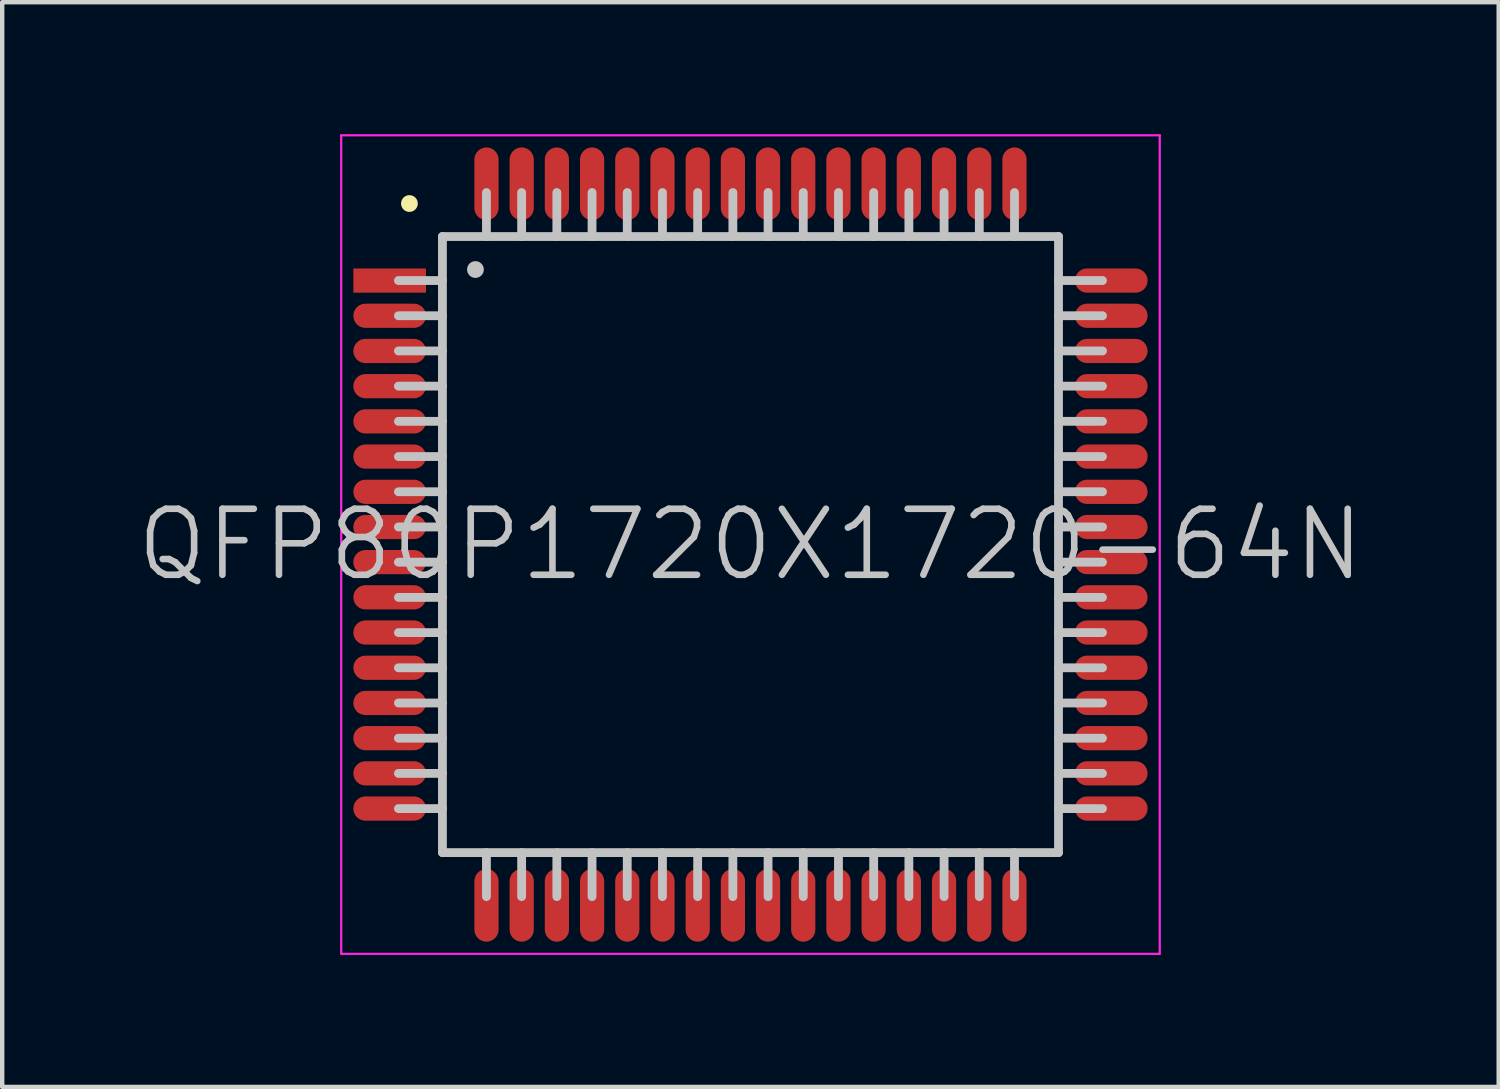
<source format=kicad_pcb>
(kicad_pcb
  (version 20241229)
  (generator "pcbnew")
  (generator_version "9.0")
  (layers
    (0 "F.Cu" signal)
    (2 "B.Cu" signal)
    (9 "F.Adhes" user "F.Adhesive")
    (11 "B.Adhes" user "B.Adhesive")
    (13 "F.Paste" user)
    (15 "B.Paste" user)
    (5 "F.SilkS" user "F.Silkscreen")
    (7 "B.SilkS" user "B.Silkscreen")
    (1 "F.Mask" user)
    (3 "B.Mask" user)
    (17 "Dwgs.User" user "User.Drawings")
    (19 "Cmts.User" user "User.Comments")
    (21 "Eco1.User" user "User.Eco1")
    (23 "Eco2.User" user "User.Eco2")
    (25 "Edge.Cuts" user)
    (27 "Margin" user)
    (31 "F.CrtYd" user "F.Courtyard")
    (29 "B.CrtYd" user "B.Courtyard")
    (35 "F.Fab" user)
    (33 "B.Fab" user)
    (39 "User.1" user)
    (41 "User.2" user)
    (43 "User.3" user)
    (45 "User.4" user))
  (footprint "QFP80P1720X1720-64N"
    (layer "F.Cu")
    (at 14.004 9.325)
    (property "Reference" "QFP80P1720X1720-64N" (at 0 0 0) (layer "Dwgs.User") (effects (font (size 1.5 1.5) (thickness 0.15))))
    (attr smd)
    (fp_line (start -7.75 -7.75) (end -7.75 -7.75) (stroke (width 0.381) (type solid)) (layer "F.SilkS"))
    (fp_line (start -7 -7) (end -7 7) (stroke (width 0.2) (type solid)) (layer "Dwgs.User"))
    (fp_line (start -7 -7) (end 7 -7) (stroke (width 0.2) (type solid)) (layer "Dwgs.User"))
    (fp_line (start -7 -6) (end -8 -6) (stroke (width 0.2) (type solid)) (layer "Dwgs.User"))
    (fp_line (start -7 -5.2) (end -8 -5.2) (stroke (width 0.2) (type solid)) (layer "Dwgs.User"))
    (fp_line (start -7 -4.4) (end -8 -4.4) (stroke (width 0.2) (type solid)) (layer "Dwgs.User"))
    (fp_line (start -7 -3.6) (end -8 -3.6) (stroke (width 0.2) (type solid)) (layer "Dwgs.User"))
    (fp_line (start -7 -2.8) (end -8 -2.8) (stroke (width 0.2) (type solid)) (layer "Dwgs.User"))
    (fp_line (start -7 -2) (end -8 -2) (stroke (width 0.2) (type solid)) (layer "Dwgs.User"))
    (fp_line (start -7 -1.2) (end -8 -1.2) (stroke (width 0.2) (type solid)) (layer "Dwgs.User"))
    (fp_line (start -7 -0.4) (end -8 -0.4) (stroke (width 0.2) (type solid)) (layer "Dwgs.User"))
    (fp_line (start -7 0.4) (end -8 0.4) (stroke (width 0.2) (type solid)) (layer "Dwgs.User"))
    (fp_line (start -7 1.2) (end -8 1.2) (stroke (width 0.2) (type solid)) (layer "Dwgs.User"))
    (fp_line (start -7 2) (end -8 2) (stroke (width 0.2) (type solid)) (layer "Dwgs.User"))
    (fp_line (start -7 2.8) (end -8 2.8) (stroke (width 0.2) (type solid)) (layer "Dwgs.User"))
    (fp_line (start -7 3.6) (end -8 3.6) (stroke (width 0.2) (type solid)) (layer "Dwgs.User"))
    (fp_line (start -7 4.4) (end -8 4.4) (stroke (width 0.2) (type solid)) (layer "Dwgs.User"))
    (fp_line (start -7 5.2) (end -8 5.2) (stroke (width 0.2) (type solid)) (layer "Dwgs.User"))
    (fp_line (start -7 6) (end -8 6) (stroke (width 0.2) (type solid)) (layer "Dwgs.User"))
    (fp_line (start -7 7) (end 7 7) (stroke (width 0.2) (type solid)) (layer "Dwgs.User"))
    (fp_line (start -6.25 -6.25) (end -6.25 -6.25) (stroke (width 0.381) (type solid)) (layer "Dwgs.User"))
    (fp_line (start -6 -7) (end -6 -8) (stroke (width 0.2) (type solid)) (layer "Dwgs.User"))
    (fp_line (start -6 8) (end -6 7) (stroke (width 0.2) (type solid)) (layer "Dwgs.User"))
    (fp_line (start -5.2 -7) (end -5.2 -8) (stroke (width 0.2) (type solid)) (layer "Dwgs.User"))
    (fp_line (start -5.2 8) (end -5.2 7) (stroke (width 0.2) (type solid)) (layer "Dwgs.User"))
    (fp_line (start -4.4 -7) (end -4.4 -8) (stroke (width 0.2) (type solid)) (layer "Dwgs.User"))
    (fp_line (start -4.4 8) (end -4.4 7) (stroke (width 0.2) (type solid)) (layer "Dwgs.User"))
    (fp_line (start -3.6 -7) (end -3.6 -8) (stroke (width 0.2) (type solid)) (layer "Dwgs.User"))
    (fp_line (start -3.6 8) (end -3.6 7) (stroke (width 0.2) (type solid)) (layer "Dwgs.User"))
    (fp_line (start -2.8 -7) (end -2.8 -8) (stroke (width 0.2) (type solid)) (layer "Dwgs.User"))
    (fp_line (start -2.8 8) (end -2.8 7) (stroke (width 0.2) (type solid)) (layer "Dwgs.User"))
    (fp_line (start -2 -7) (end -2 -8) (stroke (width 0.2) (type solid)) (layer "Dwgs.User"))
    (fp_line (start -2 8) (end -2 7) (stroke (width 0.2) (type solid)) (layer "Dwgs.User"))
    (fp_line (start -1.2 -7) (end -1.2 -8) (stroke (width 0.2) (type solid)) (layer "Dwgs.User"))
    (fp_line (start -1.2 8) (end -1.2 7) (stroke (width 0.2) (type solid)) (layer "Dwgs.User"))
    (fp_line (start -0.4 -7) (end -0.4 -8) (stroke (width 0.2) (type solid)) (layer "Dwgs.User"))
    (fp_line (start -0.4 8) (end -0.4 7) (stroke (width 0.2) (type solid)) (layer "Dwgs.User"))
    (fp_line (start 0.4 -7) (end 0.4 -8) (stroke (width 0.2) (type solid)) (layer "Dwgs.User"))
    (fp_line (start 0.4 8) (end 0.4 7) (stroke (width 0.2) (type solid)) (layer "Dwgs.User"))
    (fp_line (start 1.2 -7) (end 1.2 -8) (stroke (width 0.2) (type solid)) (layer "Dwgs.User"))
    (fp_line (start 1.2 8) (end 1.2 7) (stroke (width 0.2) (type solid)) (layer "Dwgs.User"))
    (fp_line (start 2 -7) (end 2 -8) (stroke (width 0.2) (type solid)) (layer "Dwgs.User"))
    (fp_line (start 2 8) (end 2 7) (stroke (width 0.2) (type solid)) (layer "Dwgs.User"))
    (fp_line (start 2.8 -7) (end 2.8 -8) (stroke (width 0.2) (type solid)) (layer "Dwgs.User"))
    (fp_line (start 2.8 8) (end 2.8 7) (stroke (width 0.2) (type solid)) (layer "Dwgs.User"))
    (fp_line (start 3.6 -7) (end 3.6 -8) (stroke (width 0.2) (type solid)) (layer "Dwgs.User"))
    (fp_line (start 3.6 8) (end 3.6 7) (stroke (width 0.2) (type solid)) (layer "Dwgs.User"))
    (fp_line (start 4.4 -7) (end 4.4 -8) (stroke (width 0.2) (type solid)) (layer "Dwgs.User"))
    (fp_line (start 4.4 8) (end 4.4 7) (stroke (width 0.2) (type solid)) (layer "Dwgs.User"))
    (fp_line (start 5.2 -7) (end 5.2 -8) (stroke (width 0.2) (type solid)) (layer "Dwgs.User"))
    (fp_line (start 5.2 8) (end 5.2 7) (stroke (width 0.2) (type solid)) (layer "Dwgs.User"))
    (fp_line (start 6 -7) (end 6 -8) (stroke (width 0.2) (type solid)) (layer "Dwgs.User"))
    (fp_line (start 6 8) (end 6 7) (stroke (width 0.2) (type solid)) (layer "Dwgs.User"))
    (fp_line (start 7 -7) (end 7 7) (stroke (width 0.2) (type solid)) (layer "Dwgs.User"))
    (fp_line (start 8 -6) (end 7 -6) (stroke (width 0.2) (type solid)) (layer "Dwgs.User"))
    (fp_line (start 8 -5.2) (end 7 -5.2) (stroke (width 0.2) (type solid)) (layer "Dwgs.User"))
    (fp_line (start 8 -4.4) (end 7 -4.4) (stroke (width 0.2) (type solid)) (layer "Dwgs.User"))
    (fp_line (start 8 -3.6) (end 7 -3.6) (stroke (width 0.2) (type solid)) (layer "Dwgs.User"))
    (fp_line (start 8 -2.8) (end 7 -2.8) (stroke (width 0.2) (type solid)) (layer "Dwgs.User"))
    (fp_line (start 8 -2) (end 7 -2) (stroke (width 0.2) (type solid)) (layer "Dwgs.User"))
    (fp_line (start 8 -1.2) (end 7 -1.2) (stroke (width 0.2) (type solid)) (layer "Dwgs.User"))
    (fp_line (start 8 -0.4) (end 7 -0.4) (stroke (width 0.2) (type solid)) (layer "Dwgs.User"))
    (fp_line (start 8 0.4) (end 7 0.4) (stroke (width 0.2) (type solid)) (layer "Dwgs.User"))
    (fp_line (start 8 1.2) (end 7 1.2) (stroke (width 0.2) (type solid)) (layer "Dwgs.User"))
    (fp_line (start 8 2) (end 7 2) (stroke (width 0.2) (type solid)) (layer "Dwgs.User"))
    (fp_line (start 8 2.8) (end 7 2.8) (stroke (width 0.2) (type solid)) (layer "Dwgs.User"))
    (fp_line (start 8 3.6) (end 7 3.6) (stroke (width 0.2) (type solid)) (layer "Dwgs.User"))
    (fp_line (start 8 4.4) (end 7 4.4) (stroke (width 0.2) (type solid)) (layer "Dwgs.User"))
    (fp_line (start 8 5.2) (end 7 5.2) (stroke (width 0.2) (type solid)) (layer "Dwgs.User"))
    (fp_line (start 8 6) (end 7 6) (stroke (width 0.2) (type solid)) (layer "Dwgs.User"))
    (fp_line (start -9.3 -9.3) (end -9.3 9.3) (stroke (width 0.05) (type solid)) (layer "F.CrtYd"))
    (fp_line (start -9.3 -9.3) (end 9.3 -9.3) (stroke (width 0.05) (type solid)) (layer "F.CrtYd"))
    (fp_line (start -9.3 9.3) (end 9.3 9.3) (stroke (width 0.05) (type solid)) (layer "F.CrtYd"))
    (fp_line (start 9.3 -9.3) (end 9.3 9.3) (stroke (width 0.05) (type solid)) (layer "F.CrtYd"))
    (pad "1" smd rect (at -8.199 -5.999 90) (size 0.55 1.65) (layers "F.Cu" "F.Mask" "F.Paste"))
    (pad "2" smd oval (at -8.199 -5.199 90) (size 0.55 1.65) (layers "F.Cu" "F.Mask" "F.Paste"))
    (pad "3" smd oval (at -8.199 -4.399 90) (size 0.55 1.65) (layers "F.Cu" "F.Mask" "F.Paste"))
    (pad "4" smd oval (at -8.199 -3.599 90) (size 0.55 1.65) (layers "F.Cu" "F.Mask" "F.Paste"))
    (pad "5" smd oval (at -8.199 -2.799 90) (size 0.55 1.65) (layers "F.Cu" "F.Mask" "F.Paste"))
    (pad "6" smd oval (at -8.199 -1.999 90) (size 0.55 1.65) (layers "F.Cu" "F.Mask" "F.Paste"))
    (pad "7" smd oval (at -8.199 -1.199 90) (size 0.55 1.65) (layers "F.Cu" "F.Mask" "F.Paste"))
    (pad "8" smd oval (at -8.199 -0.399 90) (size 0.55 1.65) (layers "F.Cu" "F.Mask" "F.Paste"))
    (pad "9" smd oval (at -8.199 0.399 90) (size 0.55 1.65) (layers "F.Cu" "F.Mask" "F.Paste"))
    (pad "10" smd oval (at -8.199 1.199 90) (size 0.55 1.65) (layers "F.Cu" "F.Mask" "F.Paste"))
    (pad "11" smd oval (at -8.199 1.999 90) (size 0.55 1.65) (layers "F.Cu" "F.Mask" "F.Paste"))
    (pad "12" smd oval (at -8.199 2.799 90) (size 0.55 1.65) (layers "F.Cu" "F.Mask" "F.Paste"))
    (pad "13" smd oval (at -8.199 3.599 90) (size 0.55 1.65) (layers "F.Cu" "F.Mask" "F.Paste"))
    (pad "14" smd oval (at -8.199 4.399 90) (size 0.55 1.65) (layers "F.Cu" "F.Mask" "F.Paste"))
    (pad "15" smd oval (at -8.199 5.199 90) (size 0.55 1.65) (layers "F.Cu" "F.Mask" "F.Paste"))
    (pad "16" smd oval (at -8.199 5.999 90) (size 0.55 1.65) (layers "F.Cu" "F.Mask" "F.Paste"))
    (pad "17" smd oval (at -5.999 8.199 180) (size 0.55 1.65) (layers "F.Cu" "F.Mask" "F.Paste"))
    (pad "18" smd oval (at -5.199 8.199 180) (size 0.55 1.65) (layers "F.Cu" "F.Mask" "F.Paste"))
    (pad "19" smd oval (at -4.399 8.199 180) (size 0.55 1.65) (layers "F.Cu" "F.Mask" "F.Paste"))
    (pad "20" smd oval (at -3.599 8.199 180) (size 0.55 1.65) (layers "F.Cu" "F.Mask" "F.Paste"))
    (pad "21" smd oval (at -2.799 8.199 180) (size 0.55 1.65) (layers "F.Cu" "F.Mask" "F.Paste"))
    (pad "22" smd oval (at -1.999 8.199 180) (size 0.55 1.65) (layers "F.Cu" "F.Mask" "F.Paste"))
    (pad "23" smd oval (at -1.199 8.199 180) (size 0.55 1.65) (layers "F.Cu" "F.Mask" "F.Paste"))
    (pad "24" smd oval (at -0.399 8.199 180) (size 0.55 1.65) (layers "F.Cu" "F.Mask" "F.Paste"))
    (pad "25" smd oval (at 0.399 8.199 180) (size 0.55 1.65) (layers "F.Cu" "F.Mask" "F.Paste"))
    (pad "26" smd oval (at 1.199 8.199 180) (size 0.55 1.65) (layers "F.Cu" "F.Mask" "F.Paste"))
    (pad "27" smd oval (at 1.999 8.199 180) (size 0.55 1.65) (layers "F.Cu" "F.Mask" "F.Paste"))
    (pad "28" smd oval (at 2.799 8.199 180) (size 0.55 1.65) (layers "F.Cu" "F.Mask" "F.Paste"))
    (pad "29" smd oval (at 3.599 8.199 180) (size 0.55 1.65) (layers "F.Cu" "F.Mask" "F.Paste"))
    (pad "30" smd oval (at 4.399 8.199 180) (size 0.55 1.65) (layers "F.Cu" "F.Mask" "F.Paste"))
    (pad "31" smd oval (at 5.199 8.199 180) (size 0.55 1.65) (layers "F.Cu" "F.Mask" "F.Paste"))
    (pad "32" smd oval (at 5.999 8.199 180) (size 0.55 1.65) (layers "F.Cu" "F.Mask" "F.Paste"))
    (pad "33" smd oval (at 8.199 5.999 270) (size 0.55 1.65) (layers "F.Cu" "F.Mask" "F.Paste"))
    (pad "34" smd oval (at 8.199 5.199 270) (size 0.55 1.65) (layers "F.Cu" "F.Mask" "F.Paste"))
    (pad "35" smd oval (at 8.199 4.399 270) (size 0.55 1.65) (layers "F.Cu" "F.Mask" "F.Paste"))
    (pad "36" smd oval (at 8.199 3.599 270) (size 0.55 1.65) (layers "F.Cu" "F.Mask" "F.Paste"))
    (pad "37" smd oval (at 8.199 2.799 270) (size 0.55 1.65) (layers "F.Cu" "F.Mask" "F.Paste"))
    (pad "38" smd oval (at 8.199 1.999 270) (size 0.55 1.65) (layers "F.Cu" "F.Mask" "F.Paste"))
    (pad "39" smd oval (at 8.199 1.199 270) (size 0.55 1.65) (layers "F.Cu" "F.Mask" "F.Paste"))
    (pad "40" smd oval (at 8.199 0.399 270) (size 0.55 1.65) (layers "F.Cu" "F.Mask" "F.Paste"))
    (pad "41" smd oval (at 8.199 -0.399 270) (size 0.55 1.65) (layers "F.Cu" "F.Mask" "F.Paste"))
    (pad "42" smd oval (at 8.199 -1.199 270) (size 0.55 1.65) (layers "F.Cu" "F.Mask" "F.Paste"))
    (pad "43" smd oval (at 8.199 -1.999 270) (size 0.55 1.65) (layers "F.Cu" "F.Mask" "F.Paste"))
    (pad "44" smd oval (at 8.199 -2.799 270) (size 0.55 1.65) (layers "F.Cu" "F.Mask" "F.Paste"))
    (pad "45" smd oval (at 8.199 -3.599 270) (size 0.55 1.65) (layers "F.Cu" "F.Mask" "F.Paste"))
    (pad "46" smd oval (at 8.199 -4.399 270) (size 0.55 1.65) (layers "F.Cu" "F.Mask" "F.Paste"))
    (pad "47" smd oval (at 8.199 -5.199 270) (size 0.55 1.65) (layers "F.Cu" "F.Mask" "F.Paste"))
    (pad "48" smd oval (at 8.199 -5.999 270) (size 0.55 1.65) (layers "F.Cu" "F.Mask" "F.Paste"))
    (pad "49" smd oval (at 5.999 -8.199) (size 0.55 1.65) (layers "F.Cu" "F.Mask" "F.Paste"))
    (pad "50" smd oval (at 5.199 -8.199) (size 0.55 1.65) (layers "F.Cu" "F.Mask" "F.Paste"))
    (pad "51" smd oval (at 4.399 -8.199) (size 0.55 1.65) (layers "F.Cu" "F.Mask" "F.Paste"))
    (pad "52" smd oval (at 3.599 -8.199) (size 0.55 1.65) (layers "F.Cu" "F.Mask" "F.Paste"))
    (pad "53" smd oval (at 2.799 -8.199) (size 0.55 1.65) (layers "F.Cu" "F.Mask" "F.Paste"))
    (pad "54" smd oval (at 1.999 -8.199) (size 0.55 1.65) (layers "F.Cu" "F.Mask" "F.Paste"))
    (pad "55" smd oval (at 1.199 -8.199) (size 0.55 1.65) (layers "F.Cu" "F.Mask" "F.Paste"))
    (pad "56" smd oval (at 0.399 -8.199) (size 0.55 1.65) (layers "F.Cu" "F.Mask" "F.Paste"))
    (pad "57" smd oval (at -0.399 -8.199) (size 0.55 1.65) (layers "F.Cu" "F.Mask" "F.Paste"))
    (pad "58" smd oval (at -1.199 -8.199) (size 0.55 1.65) (layers "F.Cu" "F.Mask" "F.Paste"))
    (pad "59" smd oval (at -1.999 -8.199) (size 0.55 1.65) (layers "F.Cu" "F.Mask" "F.Paste"))
    (pad "60" smd oval (at -2.799 -8.199) (size 0.55 1.65) (layers "F.Cu" "F.Mask" "F.Paste"))
    (pad "61" smd oval (at -3.599 -8.199) (size 0.55 1.65) (layers "F.Cu" "F.Mask" "F.Paste"))
    (pad "62" smd oval (at -4.399 -8.199) (size 0.55 1.65) (layers "F.Cu" "F.Mask" "F.Paste"))
    (pad "63" smd oval (at -5.199 -8.199) (size 0.55 1.65) (layers "F.Cu" "F.Mask" "F.Paste"))
    (pad "64" smd oval (at -5.999 -8.199) (size 0.55 1.65) (layers "F.Cu" "F.Mask" "F.Paste")))
  (gr_rect
    (start -3 -3)
    (end 31.007 21.65)
    (stroke (width 0.1) (type default))
    (fill no)
    (layer "Edge.Cuts")))
</source>
